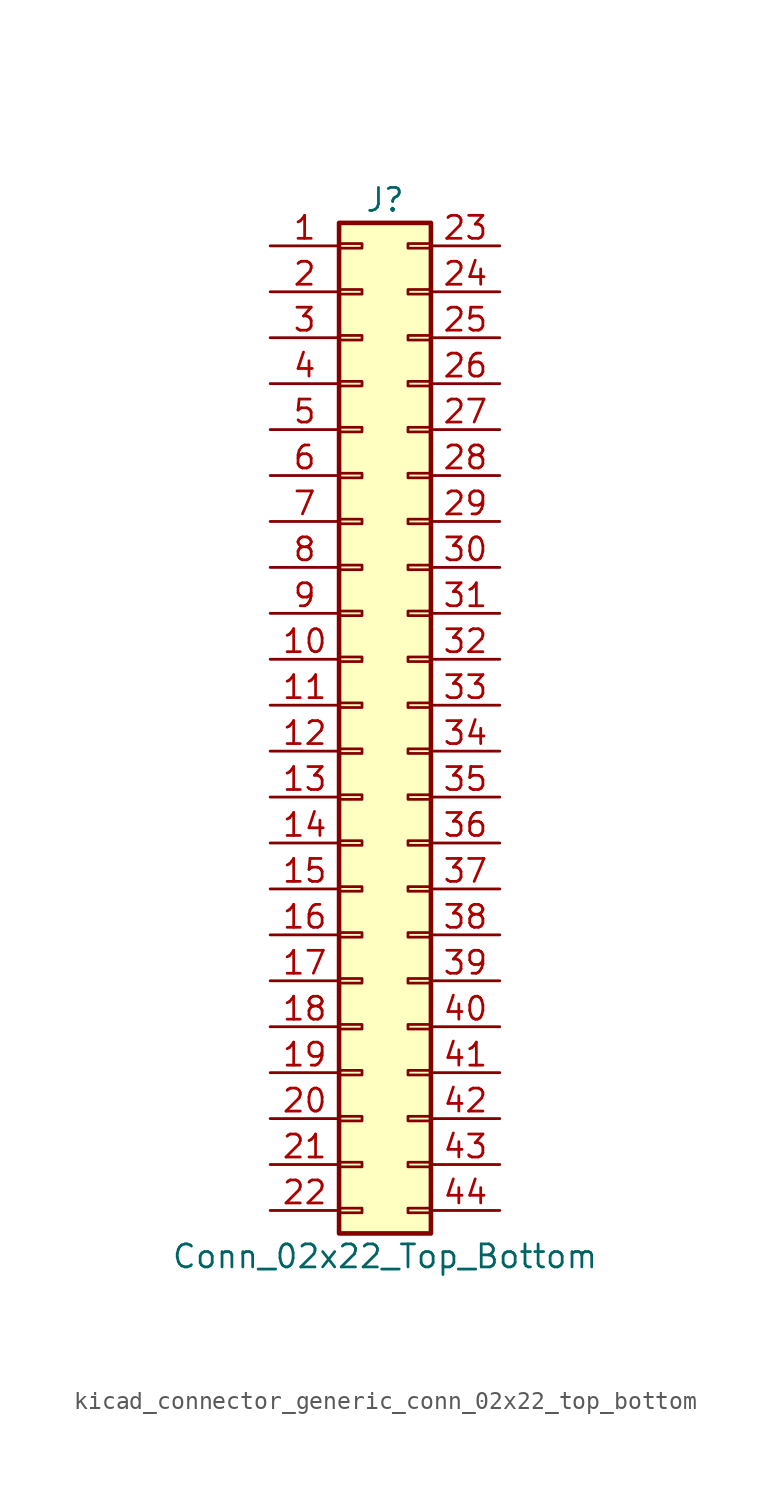
<source format=kicad_sym>
(kicad_symbol_lib
  (version 20220914)
  (generator kicad_symbol_editor)
  (symbol "kicad_connector_generic_conn_02x22_top_bottom"
    (pin_names
      (offset 1.016) hide)
    (property "Reference" "J"
      (at 1.27 27.94 0)
      (effects (font (size 1.27 1.27))))
    (property "Value" "Conn_02x22_Top_Bottom"
      (at 1.27 -30.48 0)
      (effects (font (size 1.27 1.27))))
    (symbol "kicad_connector_generic_conn_02x22_top_bottom_1_1"
      (rectangle (start -1.27 -27.813) (end 0 -28.067) (stroke (width 0.152) (type default)) (fill (type none)))
      (rectangle (start -1.27 -25.273) (end 0 -25.527) (stroke (width 0.152) (type default)) (fill (type none)))
      (rectangle (start -1.27 -22.733) (end 0 -22.987) (stroke (width 0.152) (type default)) (fill (type none)))
      (rectangle (start -1.27 -20.193) (end 0 -20.447) (stroke (width 0.152) (type default)) (fill (type none)))
      (rectangle (start -1.27 -17.653) (end 0 -17.907) (stroke (width 0.152) (type default)) (fill (type none)))
      (rectangle (start -1.27 -15.113) (end 0 -15.367) (stroke (width 0.152) (type default)) (fill (type none)))
      (rectangle (start -1.27 -12.573) (end 0 -12.827) (stroke (width 0.152) (type default)) (fill (type none)))
      (rectangle (start -1.27 -10.033) (end 0 -10.287) (stroke (width 0.152) (type default)) (fill (type none)))
      (rectangle (start -1.27 -7.493) (end 0 -7.747) (stroke (width 0.152) (type default)) (fill (type none)))
      (rectangle (start -1.27 -4.953) (end 0 -5.207) (stroke (width 0.152) (type default)) (fill (type none)))
      (rectangle (start -1.27 -2.413) (end 0 -2.667) (stroke (width 0.152) (type default)) (fill (type none)))
      (rectangle (start -1.27 0.127) (end 0 -0.127) (stroke (width 0.152) (type default)) (fill (type none)))
      (rectangle (start -1.27 2.667) (end 0 2.413) (stroke (width 0.152) (type default)) (fill (type none)))
      (rectangle (start -1.27 5.207) (end 0 4.953) (stroke (width 0.152) (type default)) (fill (type none)))
      (rectangle (start -1.27 7.747) (end 0 7.493) (stroke (width 0.152) (type default)) (fill (type none)))
      (rectangle (start -1.27 10.287) (end 0 10.033) (stroke (width 0.152) (type default)) (fill (type none)))
      (rectangle (start -1.27 12.827) (end 0 12.573) (stroke (width 0.152) (type default)) (fill (type none)))
      (rectangle (start -1.27 15.367) (end 0 15.113) (stroke (width 0.152) (type default)) (fill (type none)))
      (rectangle (start -1.27 17.907) (end 0 17.653) (stroke (width 0.152) (type default)) (fill (type none)))
      (rectangle (start -1.27 20.447) (end 0 20.193) (stroke (width 0.152) (type default)) (fill (type none)))
      (rectangle (start -1.27 22.987) (end 0 22.733) (stroke (width 0.152) (type default)) (fill (type none)))
      (rectangle (start -1.27 25.527) (end 0 25.273) (stroke (width 0.152) (type default)) (fill (type none)))
      (rectangle (start -1.27 26.67) (end 3.81 -29.21) (stroke (width 0.254) (type default)) (fill (type background)))
      (rectangle (start 3.81 -27.813) (end 2.54 -28.067) (stroke (width 0.152) (type default)) (fill (type none)))
      (rectangle (start 3.81 -25.273) (end 2.54 -25.527) (stroke (width 0.152) (type default)) (fill (type none)))
      (rectangle (start 3.81 -22.733) (end 2.54 -22.987) (stroke (width 0.152) (type default)) (fill (type none)))
      (rectangle (start 3.81 -20.193) (end 2.54 -20.447) (stroke (width 0.152) (type default)) (fill (type none)))
      (rectangle (start 3.81 -17.653) (end 2.54 -17.907) (stroke (width 0.152) (type default)) (fill (type none)))
      (rectangle (start 3.81 -15.113) (end 2.54 -15.367) (stroke (width 0.152) (type default)) (fill (type none)))
      (rectangle (start 3.81 -12.573) (end 2.54 -12.827) (stroke (width 0.152) (type default)) (fill (type none)))
      (rectangle (start 3.81 -10.033) (end 2.54 -10.287) (stroke (width 0.152) (type default)) (fill (type none)))
      (rectangle (start 3.81 -7.493) (end 2.54 -7.747) (stroke (width 0.152) (type default)) (fill (type none)))
      (rectangle (start 3.81 -4.953) (end 2.54 -5.207) (stroke (width 0.152) (type default)) (fill (type none)))
      (rectangle (start 3.81 -2.413) (end 2.54 -2.667) (stroke (width 0.152) (type default)) (fill (type none)))
      (rectangle (start 3.81 0.127) (end 2.54 -0.127) (stroke (width 0.152) (type default)) (fill (type none)))
      (rectangle (start 3.81 2.667) (end 2.54 2.413) (stroke (width 0.152) (type default)) (fill (type none)))
      (rectangle (start 3.81 5.207) (end 2.54 4.953) (stroke (width 0.152) (type default)) (fill (type none)))
      (rectangle (start 3.81 7.747) (end 2.54 7.493) (stroke (width 0.152) (type default)) (fill (type none)))
      (rectangle (start 3.81 10.287) (end 2.54 10.033) (stroke (width 0.152) (type default)) (fill (type none)))
      (rectangle (start 3.81 12.827) (end 2.54 12.573) (stroke (width 0.152) (type default)) (fill (type none)))
      (rectangle (start 3.81 15.367) (end 2.54 15.113) (stroke (width 0.152) (type default)) (fill (type none)))
      (rectangle (start 3.81 17.907) (end 2.54 17.653) (stroke (width 0.152) (type default)) (fill (type none)))
      (rectangle (start 3.81 20.447) (end 2.54 20.193) (stroke (width 0.152) (type default)) (fill (type none)))
      (rectangle (start 3.81 22.987) (end 2.54 22.733) (stroke (width 0.152) (type default)) (fill (type none)))
      (rectangle (start 3.81 25.527) (end 2.54 25.273) (stroke (width 0.152) (type default)) (fill (type none)))
      (pin passive line (at -5.08 25.4 0) (length 3.81) (name "Pin_1" (effects (font (size 1.27 1.27)))) (number "1" (effects (font (size 1.27 1.27)))))
      (pin passive line (at -5.08 2.54 0) (length 3.81) (name "Pin_10" (effects (font (size 1.27 1.27)))) (number "10" (effects (font (size 1.27 1.27)))))
      (pin passive line (at -5.08 0 0) (length 3.81) (name "Pin_11" (effects (font (size 1.27 1.27)))) (number "11" (effects (font (size 1.27 1.27)))))
      (pin passive line (at -5.08 -2.54 0) (length 3.81) (name "Pin_12" (effects (font (size 1.27 1.27)))) (number "12" (effects (font (size 1.27 1.27)))))
      (pin passive line (at -5.08 -5.08 0) (length 3.81) (name "Pin_13" (effects (font (size 1.27 1.27)))) (number "13" (effects (font (size 1.27 1.27)))))
      (pin passive line (at -5.08 -7.62 0) (length 3.81) (name "Pin_14" (effects (font (size 1.27 1.27)))) (number "14" (effects (font (size 1.27 1.27)))))
      (pin passive line (at -5.08 -10.16 0) (length 3.81) (name "Pin_15" (effects (font (size 1.27 1.27)))) (number "15" (effects (font (size 1.27 1.27)))))
      (pin passive line (at -5.08 -12.7 0) (length 3.81) (name "Pin_16" (effects (font (size 1.27 1.27)))) (number "16" (effects (font (size 1.27 1.27)))))
      (pin passive line (at -5.08 -15.24 0) (length 3.81) (name "Pin_17" (effects (font (size 1.27 1.27)))) (number "17" (effects (font (size 1.27 1.27)))))
      (pin passive line (at -5.08 -17.78 0) (length 3.81) (name "Pin_18" (effects (font (size 1.27 1.27)))) (number "18" (effects (font (size 1.27 1.27)))))
      (pin passive line (at -5.08 -20.32 0) (length 3.81) (name "Pin_19" (effects (font (size 1.27 1.27)))) (number "19" (effects (font (size 1.27 1.27)))))
      (pin passive line (at -5.08 22.86 0) (length 3.81) (name "Pin_2" (effects (font (size 1.27 1.27)))) (number "2" (effects (font (size 1.27 1.27)))))
      (pin passive line (at -5.08 -22.86 0) (length 3.81) (name "Pin_20" (effects (font (size 1.27 1.27)))) (number "20" (effects (font (size 1.27 1.27)))))
      (pin passive line (at -5.08 -25.4 0) (length 3.81) (name "Pin_21" (effects (font (size 1.27 1.27)))) (number "21" (effects (font (size 1.27 1.27)))))
      (pin passive line (at -5.08 -27.94 0) (length 3.81) (name "Pin_22" (effects (font (size 1.27 1.27)))) (number "22" (effects (font (size 1.27 1.27)))))
      (pin passive line (at 7.62 25.4 180) (length 3.81) (name "Pin_23" (effects (font (size 1.27 1.27)))) (number "23" (effects (font (size 1.27 1.27)))))
      (pin passive line (at 7.62 22.86 180) (length 3.81) (name "Pin_24" (effects (font (size 1.27 1.27)))) (number "24" (effects (font (size 1.27 1.27)))))
      (pin passive line (at 7.62 20.32 180) (length 3.81) (name "Pin_25" (effects (font (size 1.27 1.27)))) (number "25" (effects (font (size 1.27 1.27)))))
      (pin passive line (at 7.62 17.78 180) (length 3.81) (name "Pin_26" (effects (font (size 1.27 1.27)))) (number "26" (effects (font (size 1.27 1.27)))))
      (pin passive line (at 7.62 15.24 180) (length 3.81) (name "Pin_27" (effects (font (size 1.27 1.27)))) (number "27" (effects (font (size 1.27 1.27)))))
      (pin passive line (at 7.62 12.7 180) (length 3.81) (name "Pin_28" (effects (font (size 1.27 1.27)))) (number "28" (effects (font (size 1.27 1.27)))))
      (pin passive line (at 7.62 10.16 180) (length 3.81) (name "Pin_29" (effects (font (size 1.27 1.27)))) (number "29" (effects (font (size 1.27 1.27)))))
      (pin passive line (at -5.08 20.32 0) (length 3.81) (name "Pin_3" (effects (font (size 1.27 1.27)))) (number "3" (effects (font (size 1.27 1.27)))))
      (pin passive line (at 7.62 7.62 180) (length 3.81) (name "Pin_30" (effects (font (size 1.27 1.27)))) (number "30" (effects (font (size 1.27 1.27)))))
      (pin passive line (at 7.62 5.08 180) (length 3.81) (name "Pin_31" (effects (font (size 1.27 1.27)))) (number "31" (effects (font (size 1.27 1.27)))))
      (pin passive line (at 7.62 2.54 180) (length 3.81) (name "Pin_32" (effects (font (size 1.27 1.27)))) (number "32" (effects (font (size 1.27 1.27)))))
      (pin passive line (at 7.62 0 180) (length 3.81) (name "Pin_33" (effects (font (size 1.27 1.27)))) (number "33" (effects (font (size 1.27 1.27)))))
      (pin passive line (at 7.62 -2.54 180) (length 3.81) (name "Pin_34" (effects (font (size 1.27 1.27)))) (number "34" (effects (font (size 1.27 1.27)))))
      (pin passive line (at 7.62 -5.08 180) (length 3.81) (name "Pin_35" (effects (font (size 1.27 1.27)))) (number "35" (effects (font (size 1.27 1.27)))))
      (pin passive line (at 7.62 -7.62 180) (length 3.81) (name "Pin_36" (effects (font (size 1.27 1.27)))) (number "36" (effects (font (size 1.27 1.27)))))
      (pin passive line (at 7.62 -10.16 180) (length 3.81) (name "Pin_37" (effects (font (size 1.27 1.27)))) (number "37" (effects (font (size 1.27 1.27)))))
      (pin passive line (at 7.62 -12.7 180) (length 3.81) (name "Pin_38" (effects (font (size 1.27 1.27)))) (number "38" (effects (font (size 1.27 1.27)))))
      (pin passive line (at 7.62 -15.24 180) (length 3.81) (name "Pin_39" (effects (font (size 1.27 1.27)))) (number "39" (effects (font (size 1.27 1.27)))))
      (pin passive line (at -5.08 17.78 0) (length 3.81) (name "Pin_4" (effects (font (size 1.27 1.27)))) (number "4" (effects (font (size 1.27 1.27)))))
      (pin passive line (at 7.62 -17.78 180) (length 3.81) (name "Pin_40" (effects (font (size 1.27 1.27)))) (number "40" (effects (font (size 1.27 1.27)))))
      (pin passive line (at 7.62 -20.32 180) (length 3.81) (name "Pin_41" (effects (font (size 1.27 1.27)))) (number "41" (effects (font (size 1.27 1.27)))))
      (pin passive line (at 7.62 -22.86 180) (length 3.81) (name "Pin_42" (effects (font (size 1.27 1.27)))) (number "42" (effects (font (size 1.27 1.27)))))
      (pin passive line (at 7.62 -25.4 180) (length 3.81) (name "Pin_43" (effects (font (size 1.27 1.27)))) (number "43" (effects (font (size 1.27 1.27)))))
      (pin passive line (at 7.62 -27.94 180) (length 3.81) (name "Pin_44" (effects (font (size 1.27 1.27)))) (number "44" (effects (font (size 1.27 1.27)))))
      (pin passive line (at -5.08 15.24 0) (length 3.81) (name "Pin_5" (effects (font (size 1.27 1.27)))) (number "5" (effects (font (size 1.27 1.27)))))
      (pin passive line (at -5.08 12.7 0) (length 3.81) (name "Pin_6" (effects (font (size 1.27 1.27)))) (number "6" (effects (font (size 1.27 1.27)))))
      (pin passive line (at -5.08 10.16 0) (length 3.81) (name "Pin_7" (effects (font (size 1.27 1.27)))) (number "7" (effects (font (size 1.27 1.27)))))
      (pin passive line (at -5.08 7.62 0) (length 3.81) (name "Pin_8" (effects (font (size 1.27 1.27)))) (number "8" (effects (font (size 1.27 1.27)))))
      (pin passive line (at -5.08 5.08 0) (length 3.81) (name "Pin_9" (effects (font (size 1.27 1.27)))) (number "9" (effects (font (size 1.27 1.27))))))))
</source>
